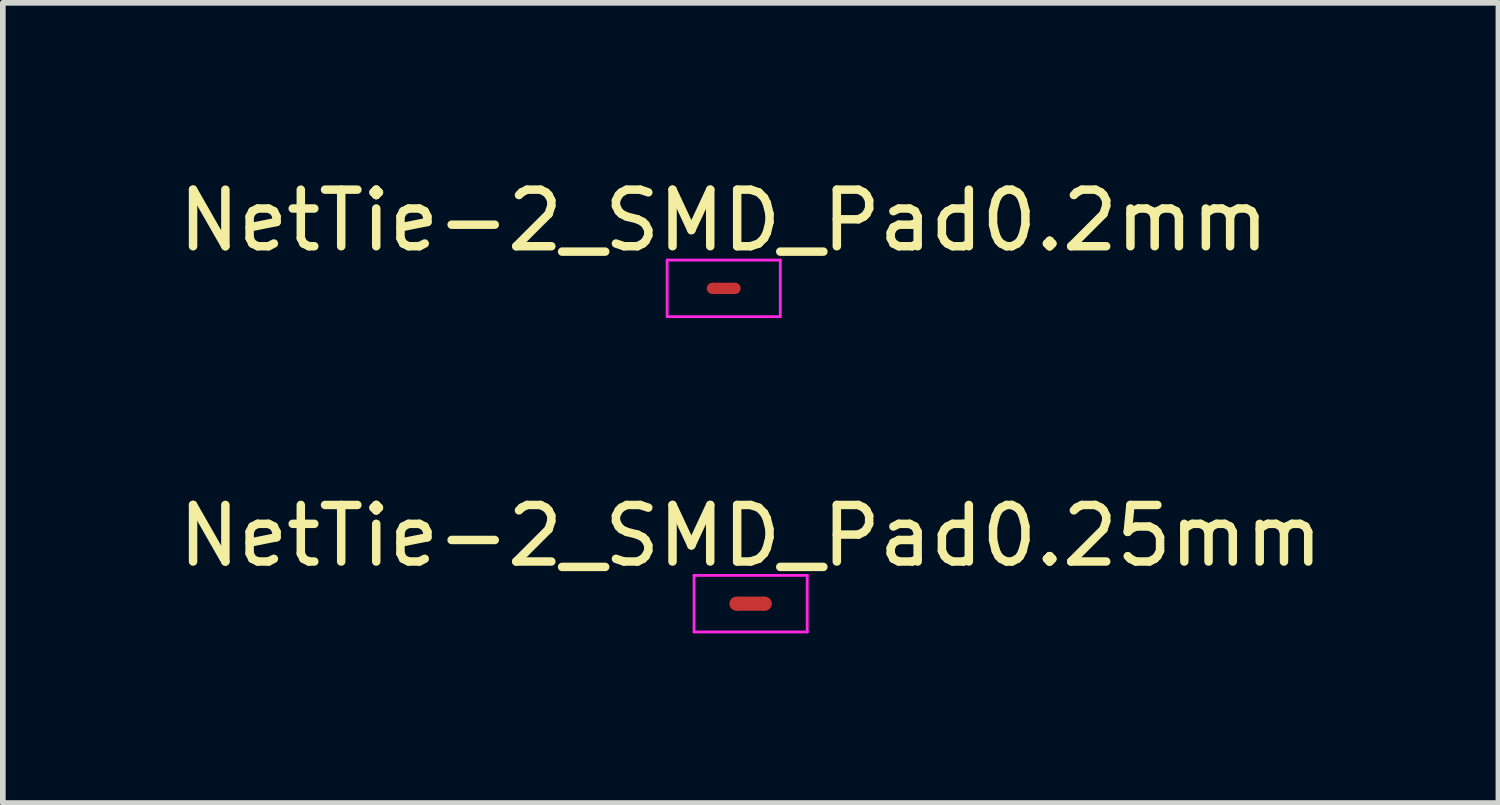
<source format=kicad_pcb>
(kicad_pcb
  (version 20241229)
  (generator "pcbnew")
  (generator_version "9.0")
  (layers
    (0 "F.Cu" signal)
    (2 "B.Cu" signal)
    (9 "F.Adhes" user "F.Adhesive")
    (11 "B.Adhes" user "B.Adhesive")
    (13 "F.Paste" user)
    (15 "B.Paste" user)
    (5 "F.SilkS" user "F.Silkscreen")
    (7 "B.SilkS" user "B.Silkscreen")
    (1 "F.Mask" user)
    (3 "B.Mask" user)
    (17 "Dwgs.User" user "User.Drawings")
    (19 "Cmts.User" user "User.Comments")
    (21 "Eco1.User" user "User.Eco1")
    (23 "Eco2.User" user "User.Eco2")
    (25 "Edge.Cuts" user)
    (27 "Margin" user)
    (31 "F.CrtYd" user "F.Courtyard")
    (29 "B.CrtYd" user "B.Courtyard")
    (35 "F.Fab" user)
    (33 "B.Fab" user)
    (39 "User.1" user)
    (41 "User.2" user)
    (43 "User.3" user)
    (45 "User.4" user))
  (footprint "NetTie-2_SMD_Pad0.2mm"
    (layer "F.Cu")
    (at 9.744 2.048)
    (property "Reference" "NetTie-2_SMD_Pad0.2mm" (at 0 -1.2 0) (layer "F.SilkS") (effects (font (size 1 1) (thickness 0.15))))
    (attr exclude_from_pos_files exclude_from_bom)
    (fp_poly (pts (xy -0.2 -0.1) (xy 0.2 -0.1) (xy 0.2 0.1) (xy -0.2 0.1)) (stroke (width 0) (type solid)) (fill yes) (layer "F.Cu"))
    (fp_line (start -1 -0.5) (end -1 0.5) (stroke (width 0.05) (type solid)) (layer "F.CrtYd"))
    (fp_line (start -1 0.5) (end 1 0.5) (stroke (width 0.05) (type solid)) (layer "F.CrtYd"))
    (fp_line (start 1 -0.5) (end -1 -0.5) (stroke (width 0.05) (type solid)) (layer "F.CrtYd"))
    (fp_line (start 1 0.5) (end 1 -0.5) (stroke (width 0.05) (type solid)) (layer "F.CrtYd"))
    (pad "1" smd circle (at -0.2 0) (size 0.2 0.2) (layers "F.Cu"))
    (pad "2" smd circle (at 0.2 0) (size 0.2 0.2) (layers "F.Cu")))
  (footprint "NetTie-2_SMD_Pad0.25mm"
    (layer "F.Cu")
    (at 10.22 7.622)
    (property "Reference" "NetTie-2_SMD_Pad0.25mm" (at 0 -1.2 0) (layer "F.SilkS") (effects (font (size 1 1) (thickness 0.15))))
    (attr exclude_from_pos_files exclude_from_bom)
    (fp_poly (pts (xy -0.25 -0.125) (xy 0.25 -0.125) (xy 0.25 0.125) (xy -0.25 0.125)) (stroke (width 0) (type solid)) (fill yes) (layer "F.Cu"))
    (fp_line (start -1 -0.5) (end -1 0.5) (stroke (width 0.05) (type solid)) (layer "F.CrtYd"))
    (fp_line (start -1 0.5) (end 1 0.5) (stroke (width 0.05) (type solid)) (layer "F.CrtYd"))
    (fp_line (start 1 -0.5) (end -1 -0.5) (stroke (width 0.05) (type solid)) (layer "F.CrtYd"))
    (fp_line (start 1 0.5) (end 1 -0.5) (stroke (width 0.05) (type solid)) (layer "F.CrtYd"))
    (pad "1" smd circle (at -0.25 0) (size 0.25 0.25) (layers "F.Cu"))
    (pad "2" smd circle (at 0.25 0) (size 0.25 0.25) (layers "F.Cu")))
  (gr_rect
    (start -3 -3)
    (end 23.44 11.146)
    (stroke (width 0.1) (type default))
    (fill no)
    (layer "Edge.Cuts")))
</source>
